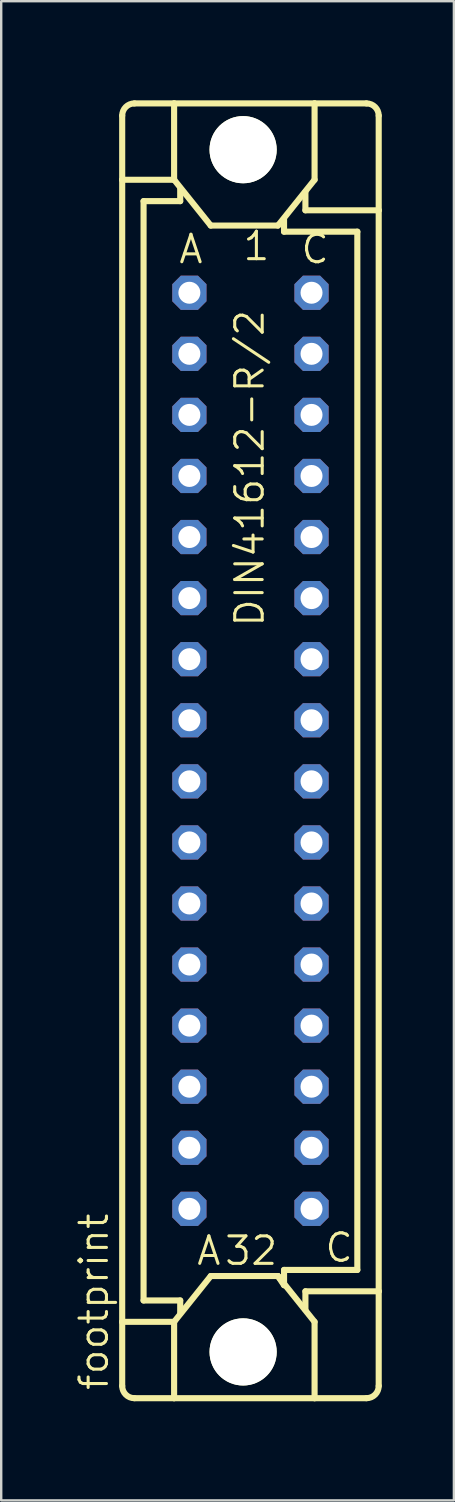
<source format=kicad_pcb>
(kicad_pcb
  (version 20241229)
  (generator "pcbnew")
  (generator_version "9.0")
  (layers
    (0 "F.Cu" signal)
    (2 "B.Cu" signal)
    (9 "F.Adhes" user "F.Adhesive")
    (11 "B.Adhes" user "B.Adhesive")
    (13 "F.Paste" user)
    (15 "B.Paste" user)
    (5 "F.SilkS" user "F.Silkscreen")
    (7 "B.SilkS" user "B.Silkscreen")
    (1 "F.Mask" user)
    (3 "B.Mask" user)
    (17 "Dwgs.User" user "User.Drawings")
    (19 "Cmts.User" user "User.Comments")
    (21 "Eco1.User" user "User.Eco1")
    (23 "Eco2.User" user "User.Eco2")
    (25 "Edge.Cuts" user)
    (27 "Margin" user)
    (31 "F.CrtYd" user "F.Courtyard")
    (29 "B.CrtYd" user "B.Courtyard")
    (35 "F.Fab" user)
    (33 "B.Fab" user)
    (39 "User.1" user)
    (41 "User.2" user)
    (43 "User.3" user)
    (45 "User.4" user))
  (footprint "footprint"
    (layer "F.Cu")
    (at 7.366 28.175)
    (property "Reference" "footprint" (at -5.842 26.67 90) (layer "F.SilkS") (effects (font (size 1.143 1.143) (thickness 0.127)) (justify left bottom)))
    (fp_line (start -5.334 -23.749) (end -5.334 -26.416) (stroke (width 0.254) (type solid)) (layer "F.SilkS"))
    (fp_line (start -5.334 -23.749) (end -3.175 -23.749) (stroke (width 0.254) (type solid)) (layer "F.SilkS"))
    (fp_line (start -5.334 23.749) (end -5.334 -23.749) (stroke (width 0.254) (type solid)) (layer "F.SilkS"))
    (fp_line (start -5.334 23.749) (end -3.175 23.749) (stroke (width 0.254) (type solid)) (layer "F.SilkS"))
    (fp_line (start -5.334 26.416) (end -5.334 23.749) (stroke (width 0.254) (type solid)) (layer "F.SilkS"))
    (fp_line (start -4.826 -26.924) (end -3.175 -26.924) (stroke (width 0.254) (type solid)) (layer "F.SilkS"))
    (fp_line (start -4.826 26.924) (end -3.175 26.924) (stroke (width 0.254) (type solid)) (layer "F.SilkS"))
    (fp_line (start -4.445 -22.86) (end -4.445 22.86) (stroke (width 0.254) (type solid)) (layer "F.SilkS"))
    (fp_line (start -4.445 22.86) (end -2.921 22.86) (stroke (width 0.254) (type solid)) (layer "F.SilkS"))
    (fp_line (start -3.175 -26.924) (end -3.175 -23.749) (stroke (width 0.254) (type solid)) (layer "F.SilkS"))
    (fp_line (start -3.175 26.924) (end -3.175 23.749) (stroke (width 0.254) (type solid)) (layer "F.SilkS"))
    (fp_line (start -3.175 26.924) (end 2.667 26.924) (stroke (width 0.254) (type solid)) (layer "F.SilkS"))
    (fp_line (start -2.921 -23.368) (end -2.921 -22.86) (stroke (width 0.254) (type solid)) (layer "F.SilkS"))
    (fp_line (start -2.921 -22.86) (end -4.445 -22.86) (stroke (width 0.254) (type solid)) (layer "F.SilkS"))
    (fp_line (start -2.921 22.86) (end -2.921 23.368) (stroke (width 0.254) (type solid)) (layer "F.SilkS"))
    (fp_line (start -1.651 -21.844) (end -3.175 -23.749) (stroke (width 0.254) (type solid)) (layer "F.SilkS"))
    (fp_line (start -1.651 21.844) (end -3.175 23.749) (stroke (width 0.254) (type solid)) (layer "F.SilkS"))
    (fp_line (start -1.651 21.844) (end 1.143 21.844) (stroke (width 0.254) (type solid)) (layer "F.SilkS"))
    (fp_line (start 1.143 -21.844) (end -1.651 -21.844) (stroke (width 0.254) (type solid)) (layer "F.SilkS"))
    (fp_line (start 1.143 -21.844) (end 2.667 -23.749) (stroke (width 0.254) (type solid)) (layer "F.SilkS"))
    (fp_line (start 1.143 21.844) (end 1.397 22.225) (stroke (width 0.254) (type solid)) (layer "F.SilkS"))
    (fp_line (start 1.143 21.844) (end 2.667 23.749) (stroke (width 0.254) (type solid)) (layer "F.SilkS"))
    (fp_line (start 1.397 -21.59) (end 1.397 -22.098) (stroke (width 0.254) (type solid)) (layer "F.SilkS"))
    (fp_line (start 1.397 21.59) (end 4.445 21.59) (stroke (width 0.254) (type solid)) (layer "F.SilkS"))
    (fp_line (start 1.397 22.225) (end 1.397 21.59) (stroke (width 0.254) (type solid)) (layer "F.SilkS"))
    (fp_line (start 2.286 -22.479) (end 2.286 -23.241) (stroke (width 0.254) (type solid)) (layer "F.SilkS"))
    (fp_line (start 2.286 22.479) (end 2.286 23.241) (stroke (width 0.254) (type solid)) (layer "F.SilkS"))
    (fp_line (start 2.286 22.479) (end 5.334 22.479) (stroke (width 0.254) (type solid)) (layer "F.SilkS"))
    (fp_line (start 2.667 -26.924) (end -3.175 -26.924) (stroke (width 0.254) (type solid)) (layer "F.SilkS"))
    (fp_line (start 2.667 -26.924) (end 2.667 -23.749) (stroke (width 0.254) (type solid)) (layer "F.SilkS"))
    (fp_line (start 2.667 26.924) (end 2.667 23.749) (stroke (width 0.254) (type solid)) (layer "F.SilkS"))
    (fp_line (start 2.667 26.924) (end 4.826 26.924) (stroke (width 0.254) (type solid)) (layer "F.SilkS"))
    (fp_line (start 4.445 -21.59) (end 1.397 -21.59) (stroke (width 0.254) (type solid)) (layer "F.SilkS"))
    (fp_line (start 4.445 21.59) (end 4.445 -21.59) (stroke (width 0.254) (type solid)) (layer "F.SilkS"))
    (fp_line (start 4.826 -26.924) (end 2.667 -26.924) (stroke (width 0.254) (type solid)) (layer "F.SilkS"))
    (fp_line (start 5.334 -22.479) (end 2.286 -22.479) (stroke (width 0.254) (type solid)) (layer "F.SilkS"))
    (fp_line (start 5.334 -22.479) (end 5.334 -26.416) (stroke (width 0.254) (type solid)) (layer "F.SilkS"))
    (fp_line (start 5.334 22.479) (end 5.334 -22.479) (stroke (width 0.254) (type solid)) (layer "F.SilkS"))
    (fp_line (start 5.334 26.416) (end 5.334 22.479) (stroke (width 0.254) (type solid)) (layer "F.SilkS"))
    (fp_arc (start -5.334 -26.416) (mid -5.18521 -26.77521) (end -4.826 -26.924) (stroke (width 0.254) (type solid)) (layer "F.SilkS"))
    (fp_arc (start -4.826 26.924) (mid -5.18521 26.77521) (end -5.334 26.416) (stroke (width 0.254) (type solid)) (layer "F.SilkS"))
    (fp_arc (start 4.826 -26.924) (mid 5.18521 -26.77521) (end 5.334 -26.416) (stroke (width 0.254) (type solid)) (layer "F.SilkS"))
    (fp_arc (start 5.334 26.416) (mid 5.18521 26.77521) (end 4.826 26.924) (stroke (width 0.254) (type solid)) (layer "F.SilkS"))
    (fp_circle (center -0.305 -25) (end 0.965 -25) (stroke (width 0.254) (type solid)) (fill no) (layer "F.SilkS"))
    (fp_circle (center -0.305 25) (end 0.965 25) (stroke (width 0.254) (type solid)) (fill no) (layer "F.SilkS"))
    (fp_text user "DIN41612-R/2" (at 0.635 -5.08 90) (layer "F.SilkS") (effects (font (size 1.143 1.143) (thickness 0.127)) (justify left bottom)))
    (fp_text user "A" (at -3.048 -20.193 0) (layer "F.SilkS") (effects (font (size 1.143 1.143) (thickness 0.127)) (justify left bottom)))
    (fp_text user " A " (at -3.175 21.463 0) (layer "F.SilkS") (effects (font (size 1.143 1.143) (thickness 0.127)) (justify left bottom)))
    (fp_text user " C " (at 2.159 21.336 0) (layer "F.SilkS") (effects (font (size 1.143 1.143) (thickness 0.127)) (justify left bottom)))
    (fp_text user "32" (at -1.143 21.463 0) (layer "F.SilkS") (effects (font (size 1.143 1.143) (thickness 0.127)) (justify left bottom)))
    (fp_text user "1" (at -0.381 -20.32 0) (layer "F.SilkS") (effects (font (size 1.143 1.143) (thickness 0.127)) (justify left bottom)))
    (fp_text user "C" (at 2.032 -20.193 0) (layer "F.SilkS") (effects (font (size 1.143 1.143) (thickness 0.127)) (justify left bottom)))
    (pad "" np_thru_hole circle (at -0.305 -25) (size 2.794 2.794) (drill 2.794) (layers "*.Cu" "*.Mask"))
    (pad "" np_thru_hole circle (at -0.305 25) (size 2.794 2.794) (drill 2.794) (layers "*.Cu" "*.Mask"))
    (pad "A1" thru_hole roundrect (at -2.54 -19.05) (size 1.422 1.422) (drill 0.914) (layers "*.Cu" "*.Mask") (roundrect_rratio 0.25) (chamfer_ratio 0.25) (chamfer top_left top_right bottom_left bottom_right))
    (pad "A2" thru_hole roundrect (at -2.54 -16.51) (size 1.422 1.422) (drill 0.914) (layers "*.Cu" "*.Mask") (roundrect_rratio 0.25) (chamfer_ratio 0.25) (chamfer top_left top_right bottom_left bottom_right))
    (pad "A3" thru_hole roundrect (at -2.54 -13.97) (size 1.422 1.422) (drill 0.914) (layers "*.Cu" "*.Mask") (roundrect_rratio 0.25) (chamfer_ratio 0.25) (chamfer top_left top_right bottom_left bottom_right))
    (pad "A4" thru_hole roundrect (at -2.54 -11.43) (size 1.422 1.422) (drill 0.914) (layers "*.Cu" "*.Mask") (roundrect_rratio 0.25) (chamfer_ratio 0.25) (chamfer top_left top_right bottom_left bottom_right))
    (pad "A5" thru_hole roundrect (at -2.54 -8.89) (size 1.422 1.422) (drill 0.914) (layers "*.Cu" "*.Mask") (roundrect_rratio 0.25) (chamfer_ratio 0.25) (chamfer top_left top_right bottom_left bottom_right))
    (pad "A6" thru_hole roundrect (at -2.54 -6.35) (size 1.422 1.422) (drill 0.914) (layers "*.Cu" "*.Mask") (roundrect_rratio 0.25) (chamfer_ratio 0.25) (chamfer top_left top_right bottom_left bottom_right))
    (pad "A7" thru_hole roundrect (at -2.54 -3.81) (size 1.422 1.422) (drill 0.914) (layers "*.Cu" "*.Mask") (roundrect_rratio 0.25) (chamfer_ratio 0.25) (chamfer top_left top_right bottom_left bottom_right))
    (pad "A8" thru_hole roundrect (at -2.54 -1.27) (size 1.422 1.422) (drill 0.914) (layers "*.Cu" "*.Mask") (roundrect_rratio 0.25) (chamfer_ratio 0.25) (chamfer top_left top_right bottom_left bottom_right))
    (pad "A9" thru_hole roundrect (at -2.54 1.27) (size 1.422 1.422) (drill 0.914) (layers "*.Cu" "*.Mask") (roundrect_rratio 0.25) (chamfer_ratio 0.25) (chamfer top_left top_right bottom_left bottom_right))
    (pad "A10" thru_hole roundrect (at -2.54 3.81) (size 1.422 1.422) (drill 0.914) (layers "*.Cu" "*.Mask") (roundrect_rratio 0.25) (chamfer_ratio 0.25) (chamfer top_left top_right bottom_left bottom_right))
    (pad "A11" thru_hole roundrect (at -2.54 6.35) (size 1.422 1.422) (drill 0.914) (layers "*.Cu" "*.Mask") (roundrect_rratio 0.25) (chamfer_ratio 0.25) (chamfer top_left top_right bottom_left bottom_right))
    (pad "A12" thru_hole roundrect (at -2.54 8.89) (size 1.422 1.422) (drill 0.914) (layers "*.Cu" "*.Mask") (roundrect_rratio 0.25) (chamfer_ratio 0.25) (chamfer top_left top_right bottom_left bottom_right))
    (pad "A13" thru_hole roundrect (at -2.54 11.43) (size 1.422 1.422) (drill 0.914) (layers "*.Cu" "*.Mask") (roundrect_rratio 0.25) (chamfer_ratio 0.25) (chamfer top_left top_right bottom_left bottom_right))
    (pad "A14" thru_hole roundrect (at -2.54 13.97) (size 1.422 1.422) (drill 0.914) (layers "*.Cu" "*.Mask") (roundrect_rratio 0.25) (chamfer_ratio 0.25) (chamfer top_left top_right bottom_left bottom_right))
    (pad "A15" thru_hole roundrect (at -2.54 16.51) (size 1.422 1.422) (drill 0.914) (layers "*.Cu" "*.Mask") (roundrect_rratio 0.25) (chamfer_ratio 0.25) (chamfer top_left top_right bottom_left bottom_right))
    (pad "A16" thru_hole roundrect (at -2.54 19.05) (size 1.422 1.422) (drill 0.914) (layers "*.Cu" "*.Mask") (roundrect_rratio 0.25) (chamfer_ratio 0.25) (chamfer top_left top_right bottom_left bottom_right))
    (pad "C1" thru_hole roundrect (at 2.54 -19.05) (size 1.422 1.422) (drill 0.914) (layers "*.Cu" "*.Mask") (roundrect_rratio 0.25) (chamfer_ratio 0.25) (chamfer top_left top_right bottom_left bottom_right))
    (pad "C2" thru_hole roundrect (at 2.54 -16.51) (size 1.422 1.422) (drill 0.914) (layers "*.Cu" "*.Mask") (roundrect_rratio 0.25) (chamfer_ratio 0.25) (chamfer top_left top_right bottom_left bottom_right))
    (pad "C3" thru_hole roundrect (at 2.54 -13.97) (size 1.422 1.422) (drill 0.914) (layers "*.Cu" "*.Mask") (roundrect_rratio 0.25) (chamfer_ratio 0.25) (chamfer top_left top_right bottom_left bottom_right))
    (pad "C4" thru_hole roundrect (at 2.54 -11.43) (size 1.422 1.422) (drill 0.914) (layers "*.Cu" "*.Mask") (roundrect_rratio 0.25) (chamfer_ratio 0.25) (chamfer top_left top_right bottom_left bottom_right))
    (pad "C5" thru_hole roundrect (at 2.54 -8.89) (size 1.422 1.422) (drill 0.914) (layers "*.Cu" "*.Mask") (roundrect_rratio 0.25) (chamfer_ratio 0.25) (chamfer top_left top_right bottom_left bottom_right))
    (pad "C6" thru_hole roundrect (at 2.54 -6.35) (size 1.422 1.422) (drill 0.914) (layers "*.Cu" "*.Mask") (roundrect_rratio 0.25) (chamfer_ratio 0.25) (chamfer top_left top_right bottom_left bottom_right))
    (pad "C7" thru_hole roundrect (at 2.54 -3.81) (size 1.422 1.422) (drill 0.914) (layers "*.Cu" "*.Mask") (roundrect_rratio 0.25) (chamfer_ratio 0.25) (chamfer top_left top_right bottom_left bottom_right))
    (pad "C8" thru_hole roundrect (at 2.54 -1.27) (size 1.422 1.422) (drill 0.914) (layers "*.Cu" "*.Mask") (roundrect_rratio 0.25) (chamfer_ratio 0.25) (chamfer top_left top_right bottom_left bottom_right))
    (pad "C9" thru_hole roundrect (at 2.54 1.27) (size 1.422 1.422) (drill 0.914) (layers "*.Cu" "*.Mask") (roundrect_rratio 0.25) (chamfer_ratio 0.25) (chamfer top_left top_right bottom_left bottom_right))
    (pad "C10" thru_hole roundrect (at 2.54 3.81) (size 1.422 1.422) (drill 0.914) (layers "*.Cu" "*.Mask") (roundrect_rratio 0.25) (chamfer_ratio 0.25) (chamfer top_left top_right bottom_left bottom_right))
    (pad "C11" thru_hole roundrect (at 2.54 6.35) (size 1.422 1.422) (drill 0.914) (layers "*.Cu" "*.Mask") (roundrect_rratio 0.25) (chamfer_ratio 0.25) (chamfer top_left top_right bottom_left bottom_right))
    (pad "C12" thru_hole roundrect (at 2.54 8.89) (size 1.422 1.422) (drill 0.914) (layers "*.Cu" "*.Mask") (roundrect_rratio 0.25) (chamfer_ratio 0.25) (chamfer top_left top_right bottom_left bottom_right))
    (pad "C13" thru_hole roundrect (at 2.54 11.43) (size 1.422 1.422) (drill 0.914) (layers "*.Cu" "*.Mask") (roundrect_rratio 0.25) (chamfer_ratio 0.25) (chamfer top_left top_right bottom_left bottom_right))
    (pad "C14" thru_hole roundrect (at 2.54 13.97) (size 1.422 1.422) (drill 0.914) (layers "*.Cu" "*.Mask") (roundrect_rratio 0.25) (chamfer_ratio 0.25) (chamfer top_left top_right bottom_left bottom_right))
    (pad "C15" thru_hole roundrect (at 2.54 16.51) (size 1.422 1.422) (drill 0.914) (layers "*.Cu" "*.Mask") (roundrect_rratio 0.25) (chamfer_ratio 0.25) (chamfer top_left top_right bottom_left bottom_right))
    (pad "C16" thru_hole roundrect (at 2.54 19.05) (size 1.422 1.422) (drill 0.914) (layers "*.Cu" "*.Mask") (roundrect_rratio 0.25) (chamfer_ratio 0.25) (chamfer top_left top_right bottom_left bottom_right))
    (zone (net_name "") (layers "F.Cu" "B.Cu") (hatch edge 0.508) (connect_pads) (min_thickness 0.254) (filled_areas_thickness no) (keepout (tracks allowed) (vias not_allowed) (pads allowed) (copperpour allowed) (footprints allowed)) (placement (enabled no)) (fill) (polygon (pts (xy 10.236 3.175) (xy 10.188 2.624) (xy 10.045 2.089) (xy 9.811 1.587) (xy 9.493 1.134) (xy 9.102 0.743) (xy 8.649 0.425) (xy 8.147 0.191) (xy 7.613 0.048) (xy 7.061 0) (xy 6.51 0.048) (xy 5.975 0.191) (xy 5.474 0.425) (xy 5.02 0.743) (xy 4.629 1.134) (xy 4.312 1.587) (xy 4.078 2.089) (xy 3.934 2.624) (xy 3.886 3.175) (xy 3.934 3.726) (xy 4.078 4.261) (xy 4.312 4.763) (xy 4.629 5.216) (xy 5.02 5.607) (xy 5.474 5.925) (xy 5.975 6.159) (xy 6.51 6.302) (xy 7.061 6.35) (xy 7.613 6.302) (xy 8.147 6.159) (xy 8.649 5.925) (xy 9.102 5.607) (xy 9.493 5.216) (xy 9.811 4.763) (xy 10.045 4.261) (xy 10.188 3.726))) (polygon (pts (xy 8.458 3.175) (xy 8.437 2.932) (xy 8.374 2.697) (xy 8.271 2.477) (xy 8.131 2.277) (xy 7.959 2.105) (xy 7.76 1.965) (xy 7.539 1.862) (xy 7.304 1.799) (xy 7.061 1.778) (xy 6.819 1.799) (xy 6.583 1.862) (xy 6.363 1.965) (xy 6.163 2.105) (xy 5.991 2.277) (xy 5.851 2.477) (xy 5.748 2.697) (xy 5.685 2.932) (xy 5.664 3.175) (xy 5.685 3.418) (xy 5.748 3.653) (xy 5.851 3.873) (xy 5.991 4.073) (xy 6.163 4.245) (xy 6.363 4.385) (xy 6.583 4.488) (xy 6.819 4.551) (xy 7.061 4.572) (xy 7.304 4.551) (xy 7.539 4.488) (xy 7.76 4.385) (xy 7.959 4.245) (xy 8.131 4.073) (xy 8.271 3.873) (xy 8.374 3.653) (xy 8.437 3.418))))
    (zone (net_name "") (layers "F.Cu" "B.Cu") (hatch edge 0.508) (connect_pads) (min_thickness 0.254) (filled_areas_thickness no) (keepout (tracks allowed) (vias not_allowed) (pads allowed) (copperpour allowed) (footprints allowed)) (placement (enabled no)) (fill) (polygon (pts (xy 10.236 53.175) (xy 10.188 52.624) (xy 10.045 52.089) (xy 9.811 51.587) (xy 9.493 51.134) (xy 9.102 50.743) (xy 8.649 50.425) (xy 8.147 50.191) (xy 7.613 50.048) (xy 7.061 50) (xy 6.51 50.048) (xy 5.975 50.191) (xy 5.474 50.425) (xy 5.02 50.743) (xy 4.629 51.134) (xy 4.312 51.587) (xy 4.078 52.089) (xy 3.934 52.624) (xy 3.886 53.175) (xy 3.934 53.726) (xy 4.078 54.261) (xy 4.312 54.763) (xy 4.629 55.216) (xy 5.02 55.607) (xy 5.474 55.925) (xy 5.975 56.159) (xy 6.51 56.302) (xy 7.061 56.35) (xy 7.613 56.302) (xy 8.147 56.159) (xy 8.649 55.925) (xy 9.102 55.607) (xy 9.493 55.216) (xy 9.811 54.763) (xy 10.045 54.261) (xy 10.188 53.726))) (polygon (pts (xy 8.458 53.175) (xy 8.437 52.932) (xy 8.374 52.697) (xy 8.271 52.477) (xy 8.131 52.277) (xy 7.959 52.105) (xy 7.76 51.965) (xy 7.539 51.862) (xy 7.304 51.799) (xy 7.061 51.778) (xy 6.819 51.799) (xy 6.583 51.862) (xy 6.363 51.965) (xy 6.163 52.105) (xy 5.991 52.277) (xy 5.851 52.477) (xy 5.748 52.697) (xy 5.685 52.932) (xy 5.664 53.175) (xy 5.685 53.418) (xy 5.748 53.653) (xy 5.851 53.873) (xy 5.991 54.073) (xy 6.163 54.245) (xy 6.363 54.385) (xy 6.583 54.488) (xy 6.819 54.551) (xy 7.061 54.572) (xy 7.304 54.551) (xy 7.539 54.488) (xy 7.76 54.385) (xy 7.959 54.245) (xy 8.131 54.073) (xy 8.271 53.873) (xy 8.374 53.653) (xy 8.437 53.418))))
    (zone (net_name "") (layer "B.Cu") (hatch edge 0.508) (connect_pads) (min_thickness 0.254) (filled_areas_thickness no) (keepout (tracks not_allowed) (vias not_allowed) (pads not_allowed) (copperpour not_allowed) (footprints allowed)) (placement (enabled no)) (fill) (polygon (pts (xy 10.236 3.175) (xy 10.188 2.624) (xy 10.045 2.089) (xy 9.811 1.587) (xy 9.493 1.134) (xy 9.102 0.743) (xy 8.649 0.425) (xy 8.147 0.191) (xy 7.613 0.048) (xy 7.061 0) (xy 6.51 0.048) (xy 5.975 0.191) (xy 5.474 0.425) (xy 5.02 0.743) (xy 4.629 1.134) (xy 4.312 1.587) (xy 4.078 2.089) (xy 3.934 2.624) (xy 3.886 3.175) (xy 3.934 3.726) (xy 4.078 4.261) (xy 4.312 4.763) (xy 4.629 5.216) (xy 5.02 5.607) (xy 5.474 5.925) (xy 5.975 6.159) (xy 6.51 6.302) (xy 7.061 6.35) (xy 7.613 6.302) (xy 8.147 6.159) (xy 8.649 5.925) (xy 9.102 5.607) (xy 9.493 5.216) (xy 9.811 4.763) (xy 10.045 4.261) (xy 10.188 3.726))) (polygon (pts (xy 8.458 3.175) (xy 8.437 2.932) (xy 8.374 2.697) (xy 8.271 2.477) (xy 8.131 2.277) (xy 7.959 2.105) (xy 7.76 1.965) (xy 7.539 1.862) (xy 7.304 1.799) (xy 7.061 1.778) (xy 6.819 1.799) (xy 6.583 1.862) (xy 6.363 1.965) (xy 6.163 2.105) (xy 5.991 2.277) (xy 5.851 2.477) (xy 5.748 2.697) (xy 5.685 2.932) (xy 5.664 3.175) (xy 5.685 3.418) (xy 5.748 3.653) (xy 5.851 3.873) (xy 5.991 4.073) (xy 6.163 4.245) (xy 6.363 4.385) (xy 6.583 4.488) (xy 6.819 4.551) (xy 7.061 4.572) (xy 7.304 4.551) (xy 7.539 4.488) (xy 7.76 4.385) (xy 7.959 4.245) (xy 8.131 4.073) (xy 8.271 3.873) (xy 8.374 3.653) (xy 8.437 3.418))))
    (zone (net_name "") (layer "B.Cu") (hatch edge 0.508) (connect_pads) (min_thickness 0.254) (filled_areas_thickness no) (keepout (tracks not_allowed) (vias not_allowed) (pads not_allowed) (copperpour not_allowed) (footprints allowed)) (placement (enabled no)) (fill) (polygon (pts (xy 10.236 53.175) (xy 10.188 52.624) (xy 10.045 52.089) (xy 9.811 51.587) (xy 9.493 51.134) (xy 9.102 50.743) (xy 8.649 50.425) (xy 8.147 50.191) (xy 7.613 50.048) (xy 7.061 50) (xy 6.51 50.048) (xy 5.975 50.191) (xy 5.474 50.425) (xy 5.02 50.743) (xy 4.629 51.134) (xy 4.312 51.587) (xy 4.078 52.089) (xy 3.934 52.624) (xy 3.886 53.175) (xy 3.934 53.726) (xy 4.078 54.261) (xy 4.312 54.763) (xy 4.629 55.216) (xy 5.02 55.607) (xy 5.474 55.925) (xy 5.975 56.159) (xy 6.51 56.302) (xy 7.061 56.35) (xy 7.613 56.302) (xy 8.147 56.159) (xy 8.649 55.925) (xy 9.102 55.607) (xy 9.493 55.216) (xy 9.811 54.763) (xy 10.045 54.261) (xy 10.188 53.726))) (polygon (pts (xy 8.458 53.175) (xy 8.437 52.932) (xy 8.374 52.697) (xy 8.271 52.477) (xy 8.131 52.277) (xy 7.959 52.105) (xy 7.76 51.965) (xy 7.539 51.862) (xy 7.304 51.799) (xy 7.061 51.778) (xy 6.819 51.799) (xy 6.583 51.862) (xy 6.363 51.965) (xy 6.163 52.105) (xy 5.991 52.277) (xy 5.851 52.477) (xy 5.748 52.697) (xy 5.685 52.932) (xy 5.664 53.175) (xy 5.685 53.418) (xy 5.748 53.653) (xy 5.851 53.873) (xy 5.991 54.073) (xy 6.163 54.245) (xy 6.363 54.385) (xy 6.583 54.488) (xy 6.819 54.551) (xy 7.061 54.572) (xy 7.304 54.551) (xy 7.539 54.488) (xy 7.76 54.385) (xy 7.959 54.245) (xy 8.131 54.073) (xy 8.271 53.873) (xy 8.374 53.653) (xy 8.437 53.418)))))
  (gr_rect
    (start -3 -3)
    (end 15.827 59.35)
    (stroke (width 0.1) (type default))
    (fill no)
    (layer "Edge.Cuts")))
</source>
